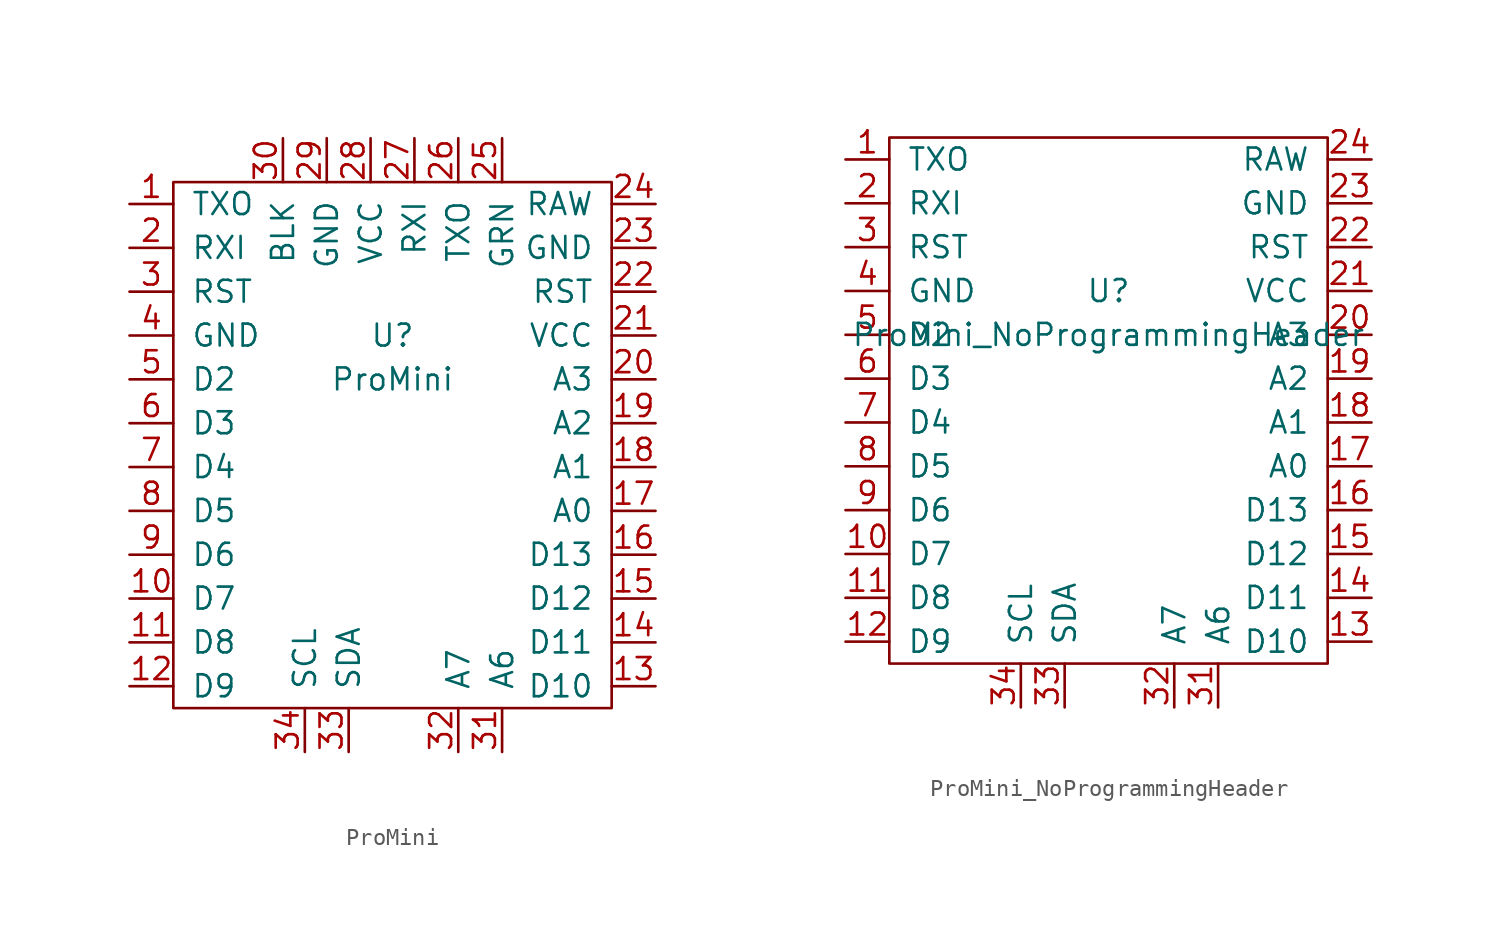
<source format=kicad_sym>
(kicad_symbol_lib
  (version 20211014)
  (generator kicad_symbol_editor)
  (symbol "ProMini"
    (pin_names
      (offset 1.016))
    (property "Reference" "U"
      (at 0 6.35 0)
      (effects (font (size 1.27 1.27))))
    (property "Value" "ProMini"
      (at 0 3.81 0)
      (effects (font (size 1.27 1.27))))
    (symbol "ProMini_0_1"
      (rectangle (start -12.7 15.24) (end 12.7 -15.24) (stroke (width 0) (type default) (color 0 0 0 0)) (fill (type none))))
    (symbol "ProMini_1_1"
      (pin output line (at -15.24 13.97 0) (length 2.54) (name "TXO" (effects (font (size 1.27 1.27)))) (number "1" (effects (font (size 1.27 1.27)))))
      (pin bidirectional line (at -15.24 -8.89 0) (length 2.54) (name "D7" (effects (font (size 1.27 1.27)))) (number "10" (effects (font (size 1.27 1.27)))))
      (pin bidirectional line (at -15.24 -11.43 0) (length 2.54) (name "D8" (effects (font (size 1.27 1.27)))) (number "11" (effects (font (size 1.27 1.27)))))
      (pin bidirectional line (at -15.24 -13.97 0) (length 2.54) (name "D9" (effects (font (size 1.27 1.27)))) (number "12" (effects (font (size 1.27 1.27)))))
      (pin bidirectional line (at 15.24 -13.97 180) (length 2.54) (name "D10" (effects (font (size 1.27 1.27)))) (number "13" (effects (font (size 1.27 1.27)))))
      (pin bidirectional line (at 15.24 -11.43 180) (length 2.54) (name "D11" (effects (font (size 1.27 1.27)))) (number "14" (effects (font (size 1.27 1.27)))))
      (pin bidirectional line (at 15.24 -8.89 180) (length 2.54) (name "D12" (effects (font (size 1.27 1.27)))) (number "15" (effects (font (size 1.27 1.27)))))
      (pin bidirectional line (at 15.24 -6.35 180) (length 2.54) (name "D13" (effects (font (size 1.27 1.27)))) (number "16" (effects (font (size 1.27 1.27)))))
      (pin bidirectional line (at 15.24 -3.81 180) (length 2.54) (name "A0" (effects (font (size 1.27 1.27)))) (number "17" (effects (font (size 1.27 1.27)))))
      (pin bidirectional line (at 15.24 -1.27 180) (length 2.54) (name "A1" (effects (font (size 1.27 1.27)))) (number "18" (effects (font (size 1.27 1.27)))))
      (pin bidirectional line (at 15.24 1.27 180) (length 2.54) (name "A2" (effects (font (size 1.27 1.27)))) (number "19" (effects (font (size 1.27 1.27)))))
      (pin input line (at -15.24 11.43 0) (length 2.54) (name "RXI" (effects (font (size 1.27 1.27)))) (number "2" (effects (font (size 1.27 1.27)))))
      (pin bidirectional line (at 15.24 3.81 180) (length 2.54) (name "A3" (effects (font (size 1.27 1.27)))) (number "20" (effects (font (size 1.27 1.27)))))
      (pin power_out line (at 15.24 6.35 180) (length 2.54) (name "VCC" (effects (font (size 1.27 1.27)))) (number "21" (effects (font (size 1.27 1.27)))))
      (pin input line (at 15.24 8.89 180) (length 2.54) (name "RST" (effects (font (size 1.27 1.27)))) (number "22" (effects (font (size 1.27 1.27)))))
      (pin output line (at 15.24 11.43 180) (length 2.54) (name "GND" (effects (font (size 1.27 1.27)))) (number "23" (effects (font (size 1.27 1.27)))))
      (pin power_in line (at 15.24 13.97 180) (length 2.54) (name "RAW" (effects (font (size 1.27 1.27)))) (number "24" (effects (font (size 1.27 1.27)))))
      (pin bidirectional line (at 6.35 17.78 270) (length 2.54) (name "GRN" (effects (font (size 1.27 1.27)))) (number "25" (effects (font (size 1.27 1.27)))))
      (pin output line (at 3.81 17.78 270) (length 2.54) (name "TXO" (effects (font (size 1.27 1.27)))) (number "26" (effects (font (size 1.27 1.27)))))
      (pin input line (at 1.27 17.78 270) (length 2.54) (name "RXI" (effects (font (size 1.27 1.27)))) (number "27" (effects (font (size 1.27 1.27)))))
      (pin power_out line (at -1.27 17.78 270) (length 2.54) (name "VCC" (effects (font (size 1.27 1.27)))) (number "28" (effects (font (size 1.27 1.27)))))
      (pin output line (at -3.81 17.78 270) (length 2.54) (name "GND" (effects (font (size 1.27 1.27)))) (number "29" (effects (font (size 1.27 1.27)))))
      (pin input line (at -15.24 8.89 0) (length 2.54) (name "RST" (effects (font (size 1.27 1.27)))) (number "3" (effects (font (size 1.27 1.27)))))
      (pin bidirectional line (at -6.35 17.78 270) (length 2.54) (name "BLK" (effects (font (size 1.27 1.27)))) (number "30" (effects (font (size 1.27 1.27)))))
      (pin bidirectional line (at 6.35 -17.78 90) (length 2.54) (name "A6" (effects (font (size 1.27 1.27)))) (number "31" (effects (font (size 1.27 1.27)))))
      (pin bidirectional line (at 3.81 -17.78 90) (length 2.54) (name "A7" (effects (font (size 1.27 1.27)))) (number "32" (effects (font (size 1.27 1.27)))))
      (pin bidirectional line (at -2.54 -17.78 90) (length 2.54) (name "SDA" (effects (font (size 1.27 1.27)))) (number "33" (effects (font (size 1.27 1.27)))))
      (pin bidirectional line (at -5.08 -17.78 90) (length 2.54) (name "SCL" (effects (font (size 1.27 1.27)))) (number "34" (effects (font (size 1.27 1.27)))))
      (pin output line (at -15.24 6.35 0) (length 2.54) (name "GND" (effects (font (size 1.27 1.27)))) (number "4" (effects (font (size 1.27 1.27)))))
      (pin bidirectional line (at -15.24 3.81 0) (length 2.54) (name "D2" (effects (font (size 1.27 1.27)))) (number "5" (effects (font (size 1.27 1.27)))))
      (pin bidirectional line (at -15.24 1.27 0) (length 2.54) (name "D3" (effects (font (size 1.27 1.27)))) (number "6" (effects (font (size 1.27 1.27)))))
      (pin bidirectional line (at -15.24 -1.27 0) (length 2.54) (name "D4" (effects (font (size 1.27 1.27)))) (number "7" (effects (font (size 1.27 1.27)))))
      (pin bidirectional line (at -15.24 -3.81 0) (length 2.54) (name "D5" (effects (font (size 1.27 1.27)))) (number "8" (effects (font (size 1.27 1.27)))))
      (pin bidirectional line (at -15.24 -6.35 0) (length 2.54) (name "D6" (effects (font (size 1.27 1.27)))) (number "9" (effects (font (size 1.27 1.27)))))))
  (symbol "ProMini_NoProgrammingHeader"
    (pin_names
      (offset 1.016))
    (property "Reference" "U"
      (at 0 6.35 0)
      (effects (font (size 1.27 1.27))))
    (property "Value" "ProMini_NoProgrammingHeader"
      (at 0 3.81 0)
      (effects (font (size 1.27 1.27))))
    (symbol "ProMini_NoProgrammingHeader_0_1"
      (rectangle (start -12.7 15.24) (end 12.7 -15.24) (stroke (width 0) (type default) (color 0 0 0 0)) (fill (type none))))
    (symbol "ProMini_NoProgrammingHeader_1_1"
      (pin output line (at -15.24 13.97 0) (length 2.54) (name "TXO" (effects (font (size 1.27 1.27)))) (number "1" (effects (font (size 1.27 1.27)))))
      (pin bidirectional line (at -15.24 -8.89 0) (length 2.54) (name "D7" (effects (font (size 1.27 1.27)))) (number "10" (effects (font (size 1.27 1.27)))))
      (pin bidirectional line (at -15.24 -11.43 0) (length 2.54) (name "D8" (effects (font (size 1.27 1.27)))) (number "11" (effects (font (size 1.27 1.27)))))
      (pin bidirectional line (at -15.24 -13.97 0) (length 2.54) (name "D9" (effects (font (size 1.27 1.27)))) (number "12" (effects (font (size 1.27 1.27)))))
      (pin bidirectional line (at 15.24 -13.97 180) (length 2.54) (name "D10" (effects (font (size 1.27 1.27)))) (number "13" (effects (font (size 1.27 1.27)))))
      (pin bidirectional line (at 15.24 -11.43 180) (length 2.54) (name "D11" (effects (font (size 1.27 1.27)))) (number "14" (effects (font (size 1.27 1.27)))))
      (pin bidirectional line (at 15.24 -8.89 180) (length 2.54) (name "D12" (effects (font (size 1.27 1.27)))) (number "15" (effects (font (size 1.27 1.27)))))
      (pin bidirectional line (at 15.24 -6.35 180) (length 2.54) (name "D13" (effects (font (size 1.27 1.27)))) (number "16" (effects (font (size 1.27 1.27)))))
      (pin bidirectional line (at 15.24 -3.81 180) (length 2.54) (name "A0" (effects (font (size 1.27 1.27)))) (number "17" (effects (font (size 1.27 1.27)))))
      (pin bidirectional line (at 15.24 -1.27 180) (length 2.54) (name "A1" (effects (font (size 1.27 1.27)))) (number "18" (effects (font (size 1.27 1.27)))))
      (pin bidirectional line (at 15.24 1.27 180) (length 2.54) (name "A2" (effects (font (size 1.27 1.27)))) (number "19" (effects (font (size 1.27 1.27)))))
      (pin input line (at -15.24 11.43 0) (length 2.54) (name "RXI" (effects (font (size 1.27 1.27)))) (number "2" (effects (font (size 1.27 1.27)))))
      (pin bidirectional line (at 15.24 3.81 180) (length 2.54) (name "A3" (effects (font (size 1.27 1.27)))) (number "20" (effects (font (size 1.27 1.27)))))
      (pin power_out line (at 15.24 6.35 180) (length 2.54) (name "VCC" (effects (font (size 1.27 1.27)))) (number "21" (effects (font (size 1.27 1.27)))))
      (pin input line (at 15.24 8.89 180) (length 2.54) (name "RST" (effects (font (size 1.27 1.27)))) (number "22" (effects (font (size 1.27 1.27)))))
      (pin output line (at 15.24 11.43 180) (length 2.54) (name "GND" (effects (font (size 1.27 1.27)))) (number "23" (effects (font (size 1.27 1.27)))))
      (pin power_in line (at 15.24 13.97 180) (length 2.54) (name "RAW" (effects (font (size 1.27 1.27)))) (number "24" (effects (font (size 1.27 1.27)))))
      (pin input line (at -15.24 8.89 0) (length 2.54) (name "RST" (effects (font (size 1.27 1.27)))) (number "3" (effects (font (size 1.27 1.27)))))
      (pin bidirectional line (at 6.35 -17.78 90) (length 2.54) (name "A6" (effects (font (size 1.27 1.27)))) (number "31" (effects (font (size 1.27 1.27)))))
      (pin bidirectional line (at 3.81 -17.78 90) (length 2.54) (name "A7" (effects (font (size 1.27 1.27)))) (number "32" (effects (font (size 1.27 1.27)))))
      (pin bidirectional line (at -2.54 -17.78 90) (length 2.54) (name "SDA" (effects (font (size 1.27 1.27)))) (number "33" (effects (font (size 1.27 1.27)))))
      (pin bidirectional line (at -5.08 -17.78 90) (length 2.54) (name "SCL" (effects (font (size 1.27 1.27)))) (number "34" (effects (font (size 1.27 1.27)))))
      (pin output line (at -15.24 6.35 0) (length 2.54) (name "GND" (effects (font (size 1.27 1.27)))) (number "4" (effects (font (size 1.27 1.27)))))
      (pin bidirectional line (at -15.24 3.81 0) (length 2.54) (name "D2" (effects (font (size 1.27 1.27)))) (number "5" (effects (font (size 1.27 1.27)))))
      (pin bidirectional line (at -15.24 1.27 0) (length 2.54) (name "D3" (effects (font (size 1.27 1.27)))) (number "6" (effects (font (size 1.27 1.27)))))
      (pin bidirectional line (at -15.24 -1.27 0) (length 2.54) (name "D4" (effects (font (size 1.27 1.27)))) (number "7" (effects (font (size 1.27 1.27)))))
      (pin bidirectional line (at -15.24 -3.81 0) (length 2.54) (name "D5" (effects (font (size 1.27 1.27)))) (number "8" (effects (font (size 1.27 1.27)))))
      (pin bidirectional line (at -15.24 -6.35 0) (length 2.54) (name "D6" (effects (font (size 1.27 1.27)))) (number "9" (effects (font (size 1.27 1.27))))))))
</source>
